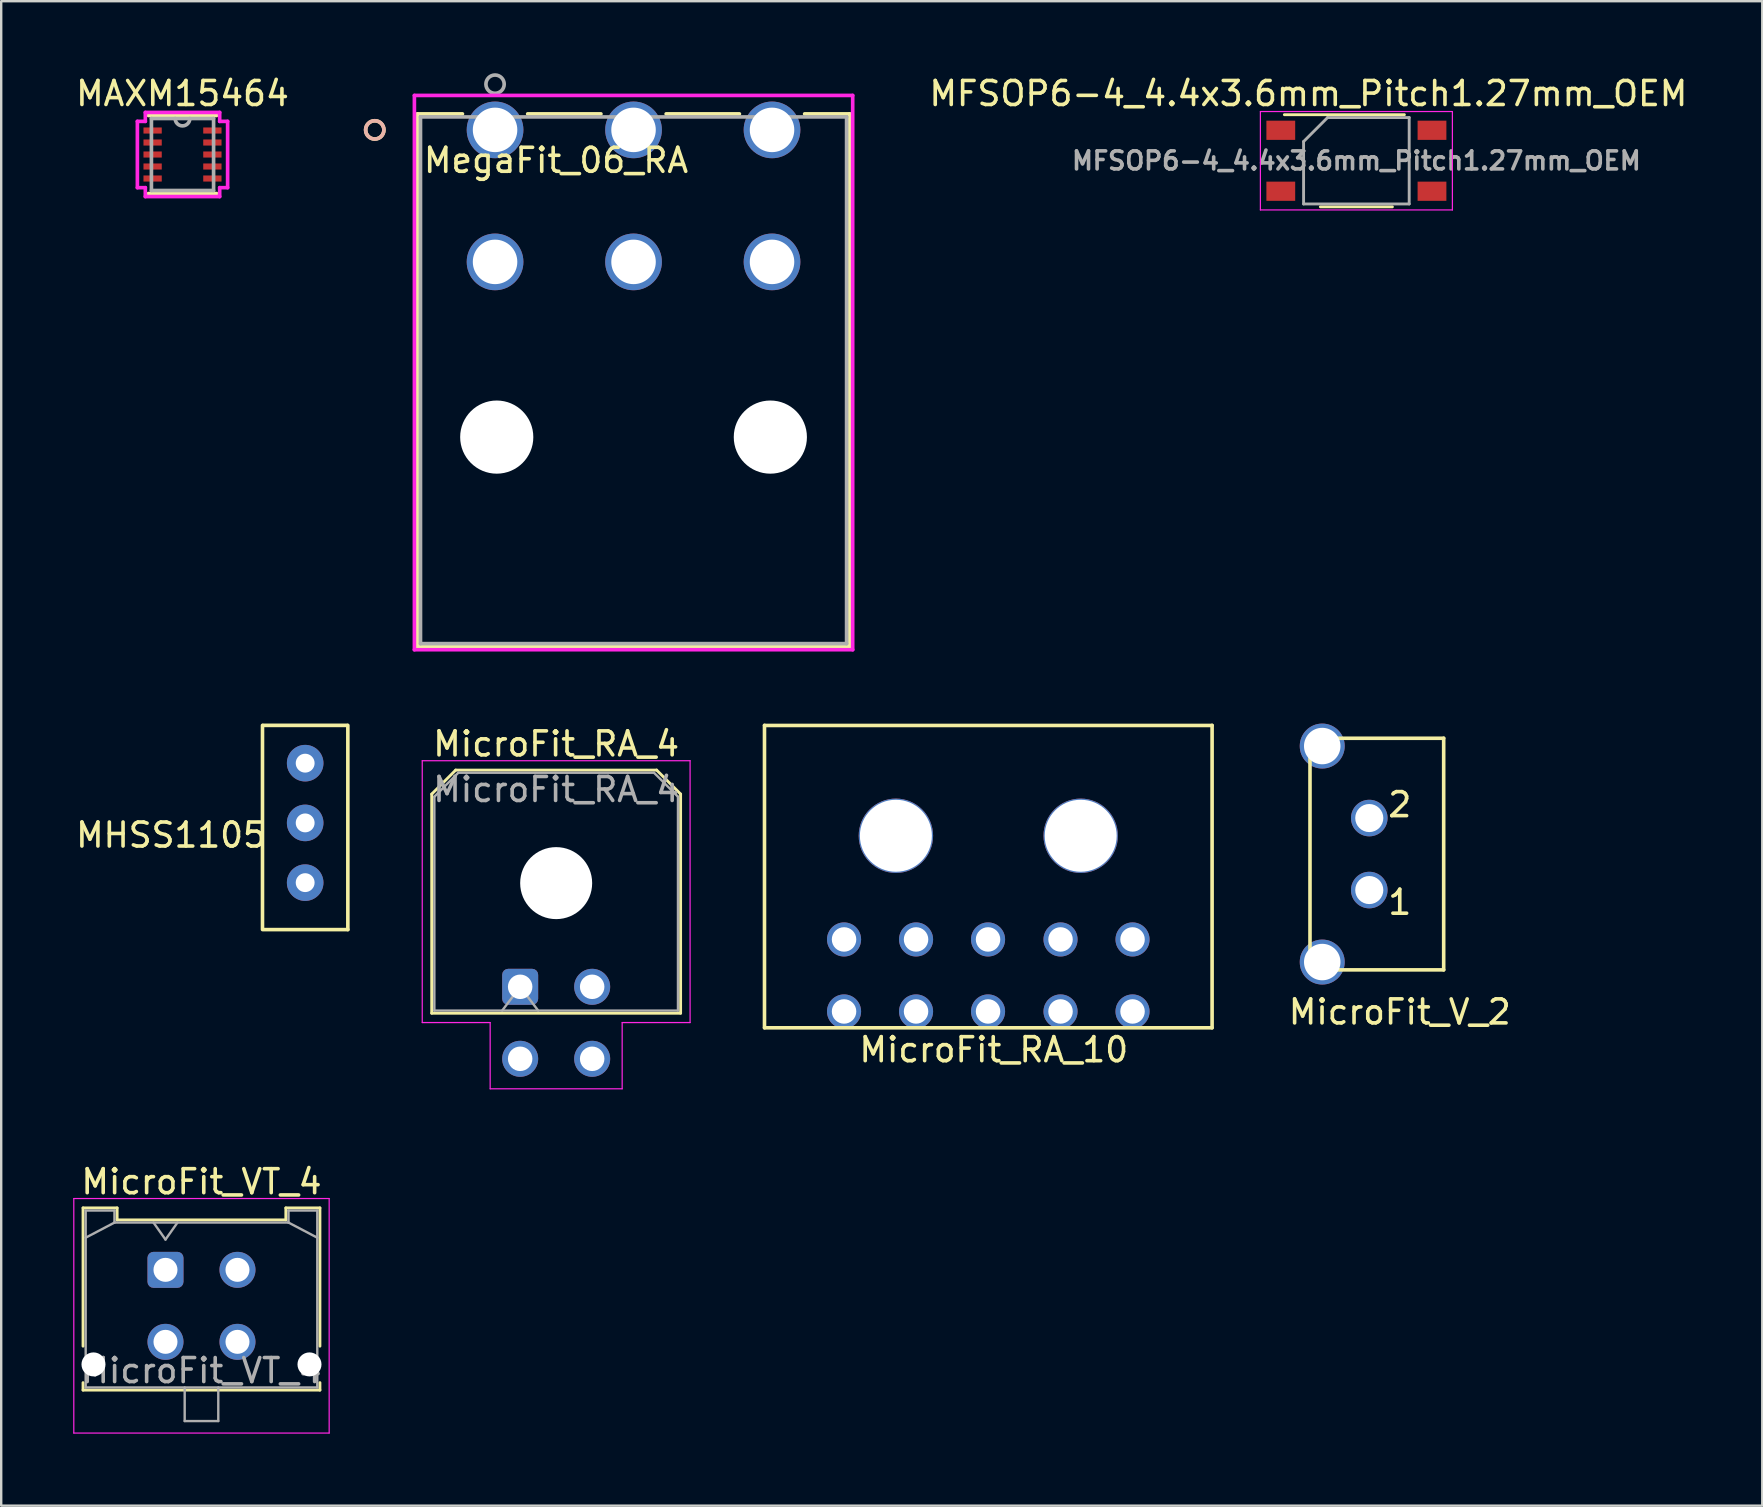
<source format=kicad_pcb>
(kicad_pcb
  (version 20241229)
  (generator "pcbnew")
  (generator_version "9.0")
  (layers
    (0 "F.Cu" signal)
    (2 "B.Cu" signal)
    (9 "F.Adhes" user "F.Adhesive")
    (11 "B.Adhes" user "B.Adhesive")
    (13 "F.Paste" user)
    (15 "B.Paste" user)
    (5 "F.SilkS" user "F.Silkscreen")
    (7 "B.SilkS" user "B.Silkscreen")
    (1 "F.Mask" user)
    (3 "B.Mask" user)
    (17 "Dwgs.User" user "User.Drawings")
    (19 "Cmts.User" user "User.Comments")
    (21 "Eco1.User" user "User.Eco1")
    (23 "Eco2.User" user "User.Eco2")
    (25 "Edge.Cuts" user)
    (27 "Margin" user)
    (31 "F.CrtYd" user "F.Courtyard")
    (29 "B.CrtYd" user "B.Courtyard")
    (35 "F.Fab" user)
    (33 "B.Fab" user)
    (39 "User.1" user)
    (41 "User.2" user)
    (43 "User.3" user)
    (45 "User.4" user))
  (footprint "MicroFit_RA_4"
    (layer "F.Cu")
    (at 18.623 38.066)
    (property "Reference" "MicroFit_RA_4" (at 1.5 -10.12 0) (layer "F.SilkS") (effects (font (size 1 1) (thickness 0.15))))
    (attr through_hole)
    (fp_line (start -3.685 -8.03) (end -2.685 -9.03) (stroke (width 0.12) (type solid)) (layer "F.SilkS"))
    (fp_line (start -3.685 1.1) (end -3.685 -8.03) (stroke (width 0.12) (type solid)) (layer "F.SilkS"))
    (fp_line (start -2.685 -9.03) (end 5.685 -9.03) (stroke (width 0.12) (type solid)) (layer "F.SilkS"))
    (fp_line (start 5.685 -9.03) (end 6.685 -8.03) (stroke (width 0.12) (type solid)) (layer "F.SilkS"))
    (fp_line (start 6.685 -8.03) (end 6.685 1.1) (stroke (width 0.12) (type solid)) (layer "F.SilkS"))
    (fp_line (start 6.685 1.1) (end -3.685 1.1) (stroke (width 0.12) (type solid)) (layer "F.SilkS"))
    (fp_line (start -4.08 -9.42) (end 7.08 -9.42) (stroke (width 0.05) (type solid)) (layer "F.CrtYd"))
    (fp_line (start -4.08 1.49) (end -4.08 -9.42) (stroke (width 0.05) (type solid)) (layer "F.CrtYd"))
    (fp_line (start -1.25 1.49) (end -4.08 1.49) (stroke (width 0.05) (type solid)) (layer "F.CrtYd"))
    (fp_line (start -1.25 4.25) (end -1.25 1.49) (stroke (width 0.05) (type solid)) (layer "F.CrtYd"))
    (fp_line (start 4.25 1.49) (end 4.25 4.25) (stroke (width 0.05) (type solid)) (layer "F.CrtYd"))
    (fp_line (start 4.25 4.25) (end -1.25 4.25) (stroke (width 0.05) (type solid)) (layer "F.CrtYd"))
    (fp_line (start 7.08 -9.42) (end 7.08 1.49) (stroke (width 0.05) (type solid)) (layer "F.CrtYd"))
    (fp_line (start 7.08 1.49) (end 4.25 1.49) (stroke (width 0.05) (type solid)) (layer "F.CrtYd"))
    (fp_line (start -3.575 -7.92) (end -2.575 -8.92) (stroke (width 0.1) (type solid)) (layer "F.Fab"))
    (fp_line (start -3.575 0.99) (end -3.575 -7.92) (stroke (width 0.1) (type solid)) (layer "F.Fab"))
    (fp_line (start -2.575 -8.92) (end 5.575 -8.92) (stroke (width 0.1) (type solid)) (layer "F.Fab"))
    (fp_line (start -0.75 0.99) (end 0 0) (stroke (width 0.1) (type solid)) (layer "F.Fab"))
    (fp_line (start 0 0) (end 0.75 0.99) (stroke (width 0.1) (type solid)) (layer "F.Fab"))
    (fp_line (start 5.575 -8.92) (end 6.575 -7.92) (stroke (width 0.1) (type solid)) (layer "F.Fab"))
    (fp_line (start 6.575 -7.92) (end 6.575 0.99) (stroke (width 0.1) (type solid)) (layer "F.Fab"))
    (fp_line (start 6.575 0.99) (end -3.575 0.99) (stroke (width 0.1) (type solid)) (layer "F.Fab"))
    (fp_text user "${REFERENCE}" (at 1.5 -8.22 0) (layer "F.Fab") (effects (font (size 1 1) (thickness 0.15))))
    (pad "" np_thru_hole circle (at 1.5 -4.32) (size 3 3) (drill 3) (layers "*.Cu" "*.Mask"))
    (pad "1" thru_hole roundrect (at 0 0) (size 1.5 1.5) (drill 1.02) (layers "*.Cu" "*.Mask") (roundrect_rratio 0.167))
    (pad "2" thru_hole circle (at 3 0) (size 1.5 1.5) (drill 1.02) (layers "*.Cu" "*.Mask"))
    (pad "3" thru_hole circle (at 0 3) (size 1.5 1.5) (drill 1.02) (layers "*.Cu" "*.Mask"))
    (pad "4" thru_hole circle (at 3 3) (size 1.5 1.5) (drill 1.02) (layers "*.Cu" "*.Mask")))
  (footprint "MegaFit_06_RA"
    (layer "F.Cu")
    (at 17.577 2.362)
    (property "Reference" "MegaFit_06_RA" (at 2.54 1.27 0) (layer "F.SilkS") (effects (font (size 1 1) (thickness 0.15))))
    (attr through_hole)
    (fp_line (start -3.234 -0.667) (end -3.234 21.533) (stroke (width 0.152) (type solid)) (layer "F.SilkS"))
    (fp_line (start -3.234 21.533) (end 14.774 21.533) (stroke (width 0.152) (type solid)) (layer "F.SilkS"))
    (fp_line (start -1.359 -0.667) (end -3.234 -0.667) (stroke (width 0.152) (type solid)) (layer "F.SilkS"))
    (fp_line (start 4.411 -0.667) (end 1.359 -0.667) (stroke (width 0.152) (type solid)) (layer "F.SilkS"))
    (fp_line (start 10.181 -0.667) (end 7.129 -0.667) (stroke (width 0.152) (type solid)) (layer "F.SilkS"))
    (fp_line (start 14.774 -0.667) (end 12.899 -0.667) (stroke (width 0.152) (type solid)) (layer "F.SilkS"))
    (fp_line (start 14.774 21.533) (end 14.774 -0.667) (stroke (width 0.152) (type solid)) (layer "F.SilkS"))
    (fp_circle (center -5.012 0) (end -4.631 0) (stroke (width 0.152) (type solid)) (fill no) (layer "F.SilkS"))
    (fp_circle (center -5.012 0) (end -4.631 0) (stroke (width 0.152) (type solid)) (fill no) (layer "B.SilkS"))
    (fp_line (start -3.361 -1.435) (end -3.361 21.66) (stroke (width 0.152) (type solid)) (layer "F.CrtYd"))
    (fp_line (start -3.361 21.66) (end 14.901 21.66) (stroke (width 0.152) (type solid)) (layer "F.CrtYd"))
    (fp_line (start 14.901 -1.435) (end -3.361 -1.435) (stroke (width 0.152) (type solid)) (layer "F.CrtYd"))
    (fp_line (start 14.901 21.66) (end 14.901 -1.435) (stroke (width 0.152) (type solid)) (layer "F.CrtYd"))
    (fp_line (start -3.107 -0.54) (end -3.107 21.406) (stroke (width 0.152) (type solid)) (layer "F.Fab"))
    (fp_line (start -3.107 21.406) (end 14.647 21.406) (stroke (width 0.152) (type solid)) (layer "F.Fab"))
    (fp_line (start 14.647 -0.54) (end -3.107 -0.54) (stroke (width 0.152) (type solid)) (layer "F.Fab"))
    (fp_line (start 14.647 21.406) (end 14.647 -0.54) (stroke (width 0.152) (type solid)) (layer "F.Fab"))
    (fp_circle (center 0 -1.905) (end 0.381 -1.905) (stroke (width 0.152) (type solid)) (fill no) (layer "F.Fab"))
    (fp_text user "*" (at 0 0 0) (layer "F.SilkS") (effects (font (size 1 1) (thickness 0.15))))
    (fp_text user "Copyright 2016 Accelerated Designs. All rights reserved." (at 0 0 0) (layer "Cmts.User") (effects (font (size 0.127 0.127) (thickness 0.002))))
    (fp_text user "*" (at 0 0 0) (layer "F.Fab") (effects (font (size 1 1) (thickness 0.15))))
    (pad "" np_thru_hole circle (at 0.07 12.8 90) (size 3.048 3.048) (drill 3.048) (layers "*.Cu" "*.Mask"))
    (pad "" np_thru_hole circle (at 11.47 12.8 90) (size 3.048 3.048) (drill 3.048) (layers "*.Cu" "*.Mask"))
    (pad "1" thru_hole circle (at 0 0) (size 2.362 2.362) (drill 1.854) (layers "*.Cu" "*.Mask"))
    (pad "2" thru_hole circle (at 5.77 0) (size 2.362 2.362) (drill 1.854) (layers "*.Cu" "*.Mask"))
    (pad "3" thru_hole circle (at 11.54 0) (size 2.362 2.362) (drill 1.854) (layers "*.Cu" "*.Mask"))
    (pad "4" thru_hole circle (at 0 5.5) (size 2.362 2.362) (drill 1.854) (layers "*.Cu" "*.Mask"))
    (pad "5" thru_hole circle (at 5.77 5.5) (size 2.362 2.362) (drill 1.854) (layers "*.Cu" "*.Mask"))
    (pad "6" thru_hole circle (at 11.54 5.5) (size 2.362 2.362) (drill 1.854) (layers "*.Cu" "*.Mask")))
  (footprint "MAXM15464"
    (layer "F.Cu")
    (at 4.554 3.388)
    (property "Reference" "MAXM15464" (at 0 -2.54 0) (layer "F.SilkS") (effects (font (size 1 1) (thickness 0.15))))
    (attr through_hole)
    (fp_line (start -1.422 1.626) (end 1.422 1.626) (stroke (width 0.152) (type solid)) (layer "F.SilkS"))
    (fp_line (start 1.422 -1.626) (end -1.422 -1.626) (stroke (width 0.152) (type solid)) (layer "F.SilkS"))
    (fp_line (start -1.88 -1.381) (end -1.549 -1.381) (stroke (width 0.152) (type solid)) (layer "F.CrtYd"))
    (fp_line (start -1.88 1.381) (end -1.88 -1.381) (stroke (width 0.152) (type solid)) (layer "F.CrtYd"))
    (fp_line (start -1.549 -1.753) (end 1.549 -1.753) (stroke (width 0.152) (type solid)) (layer "F.CrtYd"))
    (fp_line (start -1.549 -1.381) (end -1.549 -1.753) (stroke (width 0.152) (type solid)) (layer "F.CrtYd"))
    (fp_line (start -1.549 1.381) (end -1.88 1.381) (stroke (width 0.152) (type solid)) (layer "F.CrtYd"))
    (fp_line (start -1.549 1.753) (end -1.549 1.381) (stroke (width 0.152) (type solid)) (layer "F.CrtYd"))
    (fp_line (start 1.549 -1.753) (end 1.549 -1.381) (stroke (width 0.152) (type solid)) (layer "F.CrtYd"))
    (fp_line (start 1.549 -1.381) (end 1.88 -1.381) (stroke (width 0.152) (type solid)) (layer "F.CrtYd"))
    (fp_line (start 1.549 1.381) (end 1.549 1.753) (stroke (width 0.152) (type solid)) (layer "F.CrtYd"))
    (fp_line (start 1.549 1.753) (end -1.549 1.753) (stroke (width 0.152) (type solid)) (layer "F.CrtYd"))
    (fp_line (start 1.88 -1.381) (end 1.88 1.381) (stroke (width 0.152) (type solid)) (layer "F.CrtYd"))
    (fp_line (start 1.88 1.381) (end 1.549 1.381) (stroke (width 0.152) (type solid)) (layer "F.CrtYd"))
    (fp_line (start -1.295 -1.499) (end -1.295 1.499) (stroke (width 0.152) (type solid)) (layer "F.Fab"))
    (fp_line (start -1.295 1.499) (end 1.295 1.499) (stroke (width 0.152) (type solid)) (layer "F.Fab"))
    (fp_line (start 1.295 -1.499) (end -1.295 -1.499) (stroke (width 0.152) (type solid)) (layer "F.Fab"))
    (fp_line (start 1.295 1.499) (end 1.295 -1.499) (stroke (width 0.152) (type solid)) (layer "F.Fab"))
    (fp_arc (start 0.3048 -1.4986) (mid 0 -1.1938) (end -0.3048 -1.4986) (stroke (width 0.1524) (type solid)) (layer "F.Fab"))
    (fp_text user "Copyright 2016 Accelerated Designs. All rights reserved." (at 0 0 0) (layer "Cmts.User") (effects (font (size 0.127 0.127) (thickness 0.002))))
    (pad "1" smd rect (at -1.245 -1) (size 0.762 0.254) (layers "F.Cu" "F.Mask" "F.Paste"))
    (pad "2" smd rect (at -1.245 -0.5) (size 0.762 0.254) (layers "F.Cu" "F.Mask" "F.Paste"))
    (pad "3" smd rect (at -1.245 0) (size 0.762 0.254) (layers "F.Cu" "F.Mask" "F.Paste"))
    (pad "4" smd rect (at -1.245 0.5) (size 0.762 0.254) (layers "F.Cu" "F.Mask" "F.Paste"))
    (pad "5" smd rect (at -1.245 1) (size 0.762 0.254) (layers "F.Cu" "F.Mask" "F.Paste"))
    (pad "6" smd rect (at 1.245 1) (size 0.762 0.254) (layers "F.Cu" "F.Mask" "F.Paste"))
    (pad "7" smd rect (at 1.245 0.5) (size 0.762 0.254) (layers "F.Cu" "F.Mask" "F.Paste"))
    (pad "8" smd rect (at 1.245 0) (size 0.762 0.254) (layers "F.Cu" "F.Mask" "F.Paste"))
    (pad "9" smd rect (at 1.245 -0.5) (size 0.762 0.254) (layers "F.Cu" "F.Mask" "F.Paste"))
    (pad "10" smd rect (at 1.245 -1) (size 0.762 0.254) (layers "F.Cu" "F.Mask" "F.Paste")))
  (footprint "MFSOP6-4_4.4x3.6mm_Pitch1.27mm_OEM"
    (layer "F.Cu")
    (at 53.465 3.648)
    (property "Reference" "MFSOP6-4_4.4x3.6mm_Pitch1.27mm_OEM" (at -2 -2.8 0) (layer "F.SilkS") (effects (font (size 1 1) (thickness 0.15))))
    (attr smd)
    (fp_line (start -3 -1.92) (end 2 -1.92) (stroke (width 0.12) (type solid)) (layer "F.SilkS"))
    (fp_line (start 1.5 1.92) (end -1.5 1.92) (stroke (width 0.12) (type solid)) (layer "F.SilkS"))
    (fp_line (start -4 -2.05) (end -4 2.05) (stroke (width 0.05) (type solid)) (layer "F.CrtYd"))
    (fp_line (start -4 -2.05) (end 4 -2.05) (stroke (width 0.05) (type solid)) (layer "F.CrtYd"))
    (fp_line (start 4 2.05) (end -4 2.05) (stroke (width 0.05) (type solid)) (layer "F.CrtYd"))
    (fp_line (start 4 2.05) (end 4 -2.05) (stroke (width 0.05) (type solid)) (layer "F.CrtYd"))
    (fp_line (start -2.2 -0.8) (end -2.2 1.8) (stroke (width 0.12) (type solid)) (layer "F.Fab"))
    (fp_line (start -2.2 1.8) (end 2.2 1.8) (stroke (width 0.12) (type solid)) (layer "F.Fab"))
    (fp_line (start -1.2 -1.8) (end -2.2 -0.8) (stroke (width 0.12) (type solid)) (layer "F.Fab"))
    (fp_line (start 2.2 -1.8) (end -1.2 -1.8) (stroke (width 0.12) (type solid)) (layer "F.Fab"))
    (fp_line (start 2.2 1.8) (end 2.2 -1.8) (stroke (width 0.12) (type solid)) (layer "F.Fab"))
    (fp_text user "${REFERENCE}" (at 0 0 0) (layer "F.Fab") (effects (font (size 0.75 0.75) (thickness 0.15))))
    (pad "1" smd rect (at -3.15 -1.27) (size 1.2 0.8) (layers "F.Cu" "F.Mask" "F.Paste"))
    (pad "3" smd rect (at -3.15 1.27) (size 1.2 0.8) (layers "F.Cu" "F.Mask" "F.Paste"))
    (pad "4" smd rect (at 3.15 1.27) (size 1.2 0.8) (layers "F.Cu" "F.Mask" "F.Paste"))
    (pad "6" smd rect (at 3.15 -1.27) (size 1.2 0.8) (layers "F.Cu" "F.Mask" "F.Paste")))
  (footprint "MicroFit_RA_10"
    (layer "F.Cu")
    (at 38.128 31.773)
    (property "Reference" "MicroFit_RA_10" (at 0.229 8.915 0) (layer "F.SilkS") (effects (font (size 1 1) (thickness 0.15))))
    (attr through_hole)
    (fp_line (start -9.325 -4.6) (end -9.325 8) (stroke (width 0.15) (type solid)) (layer "F.SilkS"))
    (fp_line (start -9.322 -4.597) (end 9.322 -4.597) (stroke (width 0.15) (type solid)) (layer "F.SilkS"))
    (fp_line (start -9.322 8.001) (end 9.322 8.001) (stroke (width 0.15) (type solid)) (layer "F.SilkS"))
    (fp_line (start 9.325 -4.6) (end 9.325 8) (stroke (width 0.15) (type solid)) (layer "F.SilkS"))
    (pad "" thru_hole circle (at -3.85 0) (size 3.1 3.1) (drill 3) (layers "*.Cu" "*.Mask"))
    (pad "" thru_hole circle (at 3.85 0) (size 3.1 3.1) (drill 3) (layers "*.Cu" "*.Mask"))
    (pad "1" thru_hole circle (at -6.01 4.32) (size 1.42 1.42) (drill 1.02) (layers "*.Cu" "*.Mask"))
    (pad "2" thru_hole circle (at -3.01 4.32) (size 1.42 1.42) (drill 1.02) (layers "*.Cu" "*.Mask"))
    (pad "3" thru_hole circle (at -0.01 4.32) (size 1.42 1.42) (drill 1.02) (layers "*.Cu" "*.Mask"))
    (pad "4" thru_hole circle (at 3.01 4.32) (size 1.42 1.42) (drill 1.02) (layers "*.Cu" "*.Mask"))
    (pad "5" thru_hole circle (at 6.01 4.32) (size 1.42 1.42) (drill 1.02) (layers "*.Cu" "*.Mask"))
    (pad "6" thru_hole circle (at -6.01 7.32) (size 1.42 1.42) (drill 1.02) (layers "*.Cu" "*.Mask"))
    (pad "7" thru_hole circle (at -3.01 7.32) (size 1.42 1.42) (drill 1.02) (layers "*.Cu" "*.Mask"))
    (pad "8" thru_hole circle (at -0.01 7.32) (size 1.42 1.42) (drill 1.02) (layers "*.Cu" "*.Mask"))
    (pad "9" thru_hole circle (at 3.01 7.32) (size 1.42 1.42) (drill 1.02) (layers "*.Cu" "*.Mask"))
    (pad "10" thru_hole circle (at 6.01 7.32) (size 1.42 1.42) (drill 1.02) (layers "*.Cu" "*.Mask")))
  (footprint "MicroFit_V_2"
    (layer "F.Cu")
    (at 54.002 34.035)
    (property "Reference" "MicroFit_V_2" (at 1.27 5.08 0) (layer "F.SilkS") (effects (font (size 1 1) (thickness 0.15))))
    (attr through_hole)
    (fp_line (start -2.47 -6.325) (end -2.47 3.325) (stroke (width 0.15) (type solid)) (layer "F.SilkS"))
    (fp_line (start -2.47 -6.325) (end 3.1 -6.325) (stroke (width 0.15) (type solid)) (layer "F.SilkS"))
    (fp_line (start 3.1 -6.325) (end 3.1 3.325) (stroke (width 0.15) (type solid)) (layer "F.SilkS"))
    (fp_line (start 3.1 3.325) (end -2.47 3.325) (stroke (width 0.15) (type solid)) (layer "F.SilkS"))
    (fp_text user "2" (at 1.27 -3.556 0) (layer "F.SilkS") (effects (font (size 1 1) (thickness 0.15))))
    (fp_text user "1" (at 1.27 0.508 0) (layer "F.SilkS") (effects (font (size 1 1) (thickness 0.15))))
    (pad "" thru_hole circle (at -1.96 -6) (size 1.874 1.874) (drill 1.52) (layers "*.Cu" "*.Mask"))
    (pad "" thru_hole circle (at -1.96 3) (size 1.874 1.874) (drill 1.52) (layers "*.Cu" "*.Mask"))
    (pad "1" thru_hole circle (at 0 0) (size 1.524 1.524) (drill 1.17) (layers "*.Cu" "*.Mask"))
    (pad "2" thru_hole circle (at 0 -3) (size 1.524 1.524) (drill 1.17) (layers "*.Cu" "*.Mask")))
  (footprint "MHSS1105"
    (layer "F.Cu")
    (at 9.665 31.237)
    (property "Reference" "MHSS1105" (at -5.588 0.508 0) (layer "F.SilkS") (effects (font (size 1 1) (thickness 0.15))))
    (attr through_hole)
    (fp_line (start -1.778 -4.064) (end -1.778 4.445) (stroke (width 0.15) (type solid)) (layer "F.SilkS"))
    (fp_line (start -1.753 -4.064) (end 1.753 -4.064) (stroke (width 0.15) (type solid)) (layer "F.SilkS"))
    (fp_line (start -1.727 4.445) (end 1.778 4.445) (stroke (width 0.15) (type solid)) (layer "F.SilkS"))
    (fp_line (start 1.778 -4.064) (end 1.778 4.445) (stroke (width 0.15) (type solid)) (layer "F.SilkS"))
    (pad "1" thru_hole circle (at 0 -2.489) (size 1.524 1.524) (drill 0.787) (layers "*.Cu" "*.Mask"))
    (pad "2" thru_hole circle (at 0 0) (size 1.524 1.524) (drill 0.787) (layers "*.Cu" "*.Mask"))
    (pad "3" thru_hole circle (at 0 2.489) (size 1.524 1.524) (drill 0.787) (layers "*.Cu" "*.Mask")))
  (footprint "MicroFit_VT_4"
    (layer "F.Cu")
    (at 3.845 49.859)
    (property "Reference" "MicroFit_VT_4" (at 1.5 -3.67 0) (layer "F.SilkS") (effects (font (size 1 1) (thickness 0.15))))
    (attr through_hole)
    (fp_line (start -3.435 -2.58) (end -2.015 -2.58) (stroke (width 0.12) (type solid)) (layer "F.SilkS"))
    (fp_line (start -3.435 3.18) (end -3.435 -2.58) (stroke (width 0.12) (type solid)) (layer "F.SilkS"))
    (fp_line (start -3.435 4.7) (end -3.435 5.01) (stroke (width 0.12) (type solid)) (layer "F.SilkS"))
    (fp_line (start -3.435 5.01) (end 6.435 5.01) (stroke (width 0.12) (type solid)) (layer "F.SilkS"))
    (fp_line (start -2.015 -2.58) (end -2.015 -2.08) (stroke (width 0.12) (type solid)) (layer "F.SilkS"))
    (fp_line (start -2.015 -2.08) (end 5.015 -2.08) (stroke (width 0.12) (type solid)) (layer "F.SilkS"))
    (fp_line (start 5.015 -2.58) (end 6.435 -2.58) (stroke (width 0.12) (type solid)) (layer "F.SilkS"))
    (fp_line (start 5.015 -2.08) (end 5.015 -2.58) (stroke (width 0.12) (type solid)) (layer "F.SilkS"))
    (fp_line (start 6.435 -2.58) (end 6.435 3.18) (stroke (width 0.12) (type solid)) (layer "F.SilkS"))
    (fp_line (start 6.435 5.01) (end 6.435 4.7) (stroke (width 0.12) (type solid)) (layer "F.SilkS"))
    (fp_line (start -3.82 -2.97) (end 6.82 -2.97) (stroke (width 0.05) (type solid)) (layer "F.CrtYd"))
    (fp_line (start -3.82 6.8) (end -3.82 -2.97) (stroke (width 0.05) (type solid)) (layer "F.CrtYd"))
    (fp_line (start 6.82 -2.97) (end 6.82 6.8) (stroke (width 0.05) (type solid)) (layer "F.CrtYd"))
    (fp_line (start 6.82 6.8) (end -3.82 6.8) (stroke (width 0.05) (type solid)) (layer "F.CrtYd"))
    (fp_line (start -3.325 -2.47) (end -3.325 4.9) (stroke (width 0.1) (type solid)) (layer "F.Fab"))
    (fp_line (start -3.325 -1.34) (end -2.125 -1.97) (stroke (width 0.1) (type solid)) (layer "F.Fab"))
    (fp_line (start -3.325 4.9) (end 6.325 4.9) (stroke (width 0.1) (type solid)) (layer "F.Fab"))
    (fp_line (start -2.125 -2.47) (end -3.325 -2.47) (stroke (width 0.1) (type solid)) (layer "F.Fab"))
    (fp_line (start -2.125 -1.97) (end -2.125 -2.47) (stroke (width 0.1) (type solid)) (layer "F.Fab"))
    (fp_line (start -0.5 -1.97) (end 0 -1.263) (stroke (width 0.1) (type solid)) (layer "F.Fab"))
    (fp_line (start 0 -1.263) (end 0.5 -1.97) (stroke (width 0.1) (type solid)) (layer "F.Fab"))
    (fp_line (start 0.8 4.9) (end 0.8 6.3) (stroke (width 0.1) (type solid)) (layer "F.Fab"))
    (fp_line (start 0.8 6.3) (end 2.2 6.3) (stroke (width 0.1) (type solid)) (layer "F.Fab"))
    (fp_line (start 2.2 6.3) (end 2.2 4.9) (stroke (width 0.1) (type solid)) (layer "F.Fab"))
    (fp_line (start 5.125 -2.47) (end 5.125 -1.97) (stroke (width 0.1) (type solid)) (layer "F.Fab"))
    (fp_line (start 5.125 -1.97) (end -2.125 -1.97) (stroke (width 0.1) (type solid)) (layer "F.Fab"))
    (fp_line (start 6.325 -2.47) (end 5.125 -2.47) (stroke (width 0.1) (type solid)) (layer "F.Fab"))
    (fp_line (start 6.325 -1.34) (end 5.125 -1.97) (stroke (width 0.1) (type solid)) (layer "F.Fab"))
    (fp_line (start 6.325 4.9) (end 6.325 -2.47) (stroke (width 0.1) (type solid)) (layer "F.Fab"))
    (fp_text user "${REFERENCE}" (at 1.5 4.2 0) (layer "F.Fab") (effects (font (size 1 1) (thickness 0.15))))
    (pad "" np_thru_hole circle (at -3 3.94) (size 1 1) (drill 1) (layers "*.Cu" "*.Mask"))
    (pad "" np_thru_hole circle (at 6 3.94) (size 1 1) (drill 1) (layers "*.Cu" "*.Mask"))
    (pad "1" thru_hole roundrect (at 0 0) (size 1.5 1.5) (drill 1) (layers "*.Cu" "*.Mask") (roundrect_rratio 0.167))
    (pad "2" thru_hole circle (at 3 0) (size 1.5 1.5) (drill 1) (layers "*.Cu" "*.Mask"))
    (pad "3" thru_hole circle (at 0 3) (size 1.5 1.5) (drill 1) (layers "*.Cu" "*.Mask"))
    (pad "4" thru_hole circle (at 3 3) (size 1.5 1.5) (drill 1) (layers "*.Cu" "*.Mask")))
  (gr_rect
    (start -3 -3)
    (end 70.376 59.684)
    (stroke (width 0.1) (type default))
    (fill no)
    (layer "Edge.Cuts")))
</source>
